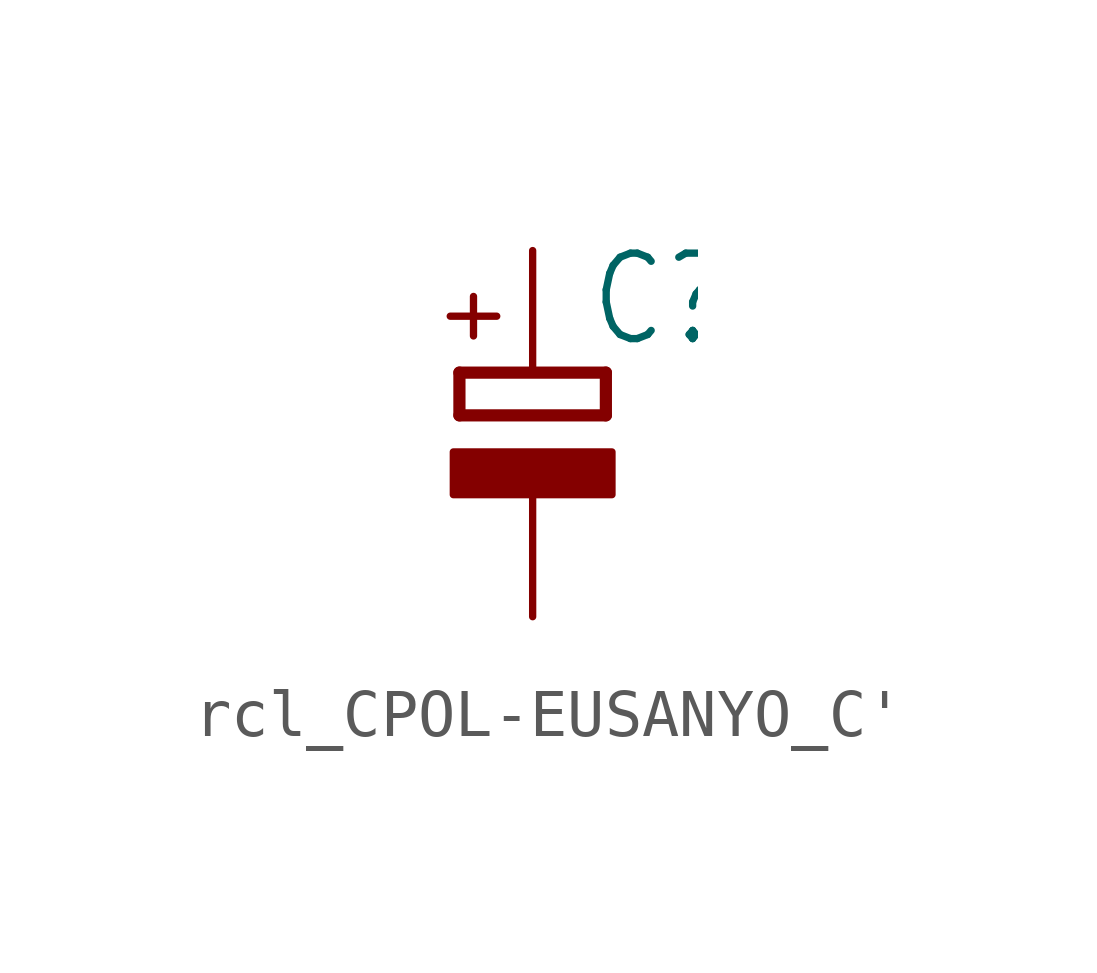
<source format=kicad_sym>
(kicad_symbol_lib
  (version 20231120)
  (generator "kicad_symbol_editor")
  (generator_version "8.0")
  (symbol "rcl_CPOL-EUSANYO_C'"
    (property "Reference" "C"
      (at 1.143 0.483 0)
      (effects (font (size 1.778 1.511)) (justify left bottom)))
    (property "Value" ""
      (at 1.143 -4.597 0)
      (effects (font (size 1.778 1.511)) (justify left bottom)))
    (property "ki_locked" ""
      (at 0 0 0)
      (effects (font (size 1.27 1.27))))
    (symbol "rcl_CPOL-EUSANYO_C'_1_0"
      (rectangle (start -1.651 -2.54) (end 1.651 -1.651) (stroke (width 0) (type default)) (fill (type outline)))
      (polyline (pts (xy -1.524 -0.889) (xy 1.524 -0.889)) (stroke (width 0.254) (type solid)) (fill (type none)))
      (polyline (pts (xy -1.524 0) (xy -1.524 -0.889)) (stroke (width 0.254) (type solid)) (fill (type none)))
      (polyline (pts (xy -1.524 0) (xy 1.524 0)) (stroke (width 0.254) (type solid)) (fill (type none)))
      (polyline (pts (xy 1.524 -0.889) (xy 1.524 0)) (stroke (width 0.254) (type solid)) (fill (type none)))
      (text "+" (at -0.584 0.406 900) (effects (font (size 1.27 1.079)) (justify left bottom)))
      (pin passive line (at 0 2.54 270) (length 2.54) (name "+" (effects (font (size 0 0)))) (number "+" (effects (font (size 0 0)))))
      (pin passive line (at 0 -5.08 90) (length 2.54) (name "-" (effects (font (size 0 0)))) (number "-" (effects (font (size 0 0))))))))
</source>
